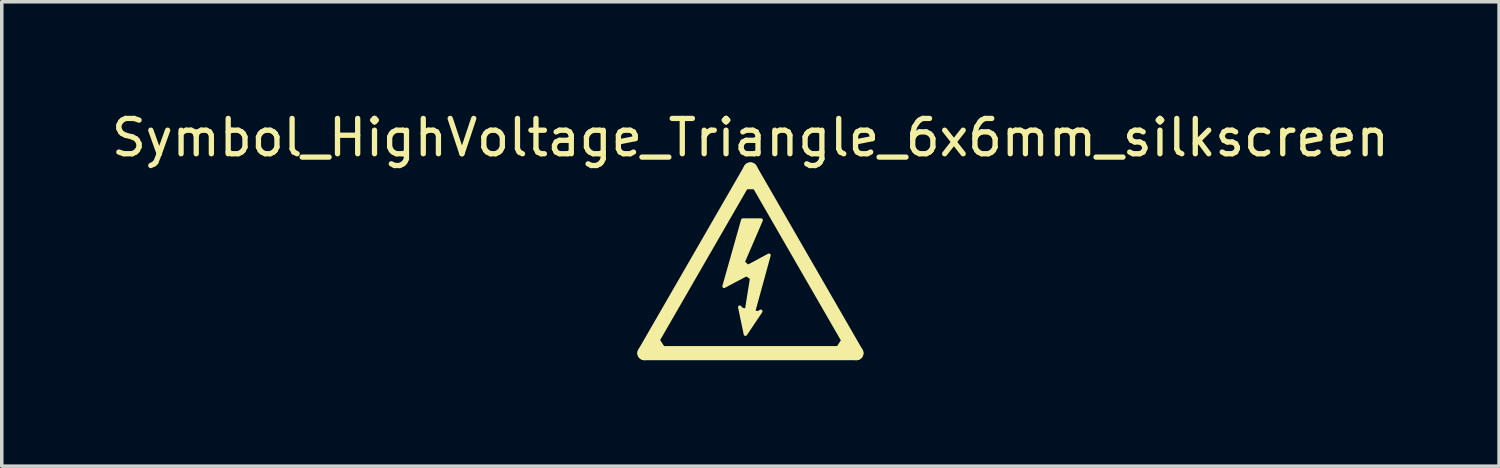
<source format=kicad_pcb>
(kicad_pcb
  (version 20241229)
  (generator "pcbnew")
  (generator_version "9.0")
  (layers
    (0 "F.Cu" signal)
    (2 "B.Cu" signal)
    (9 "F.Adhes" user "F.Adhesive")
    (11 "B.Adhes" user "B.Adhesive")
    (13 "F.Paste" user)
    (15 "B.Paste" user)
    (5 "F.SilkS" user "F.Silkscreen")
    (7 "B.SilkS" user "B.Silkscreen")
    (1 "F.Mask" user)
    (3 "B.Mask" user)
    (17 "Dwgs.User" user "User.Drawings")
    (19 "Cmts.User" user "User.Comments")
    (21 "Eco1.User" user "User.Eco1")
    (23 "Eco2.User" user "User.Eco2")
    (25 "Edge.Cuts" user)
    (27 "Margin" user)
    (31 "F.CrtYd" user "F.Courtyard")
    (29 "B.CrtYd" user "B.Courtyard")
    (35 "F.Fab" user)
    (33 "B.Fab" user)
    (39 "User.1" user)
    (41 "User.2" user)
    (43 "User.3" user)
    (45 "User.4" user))
  (footprint "Symbol_HighVoltage_Triangle_6x6mm_silkscreen"
    (layer "F.Cu")
    (at 18.196 4.348)
    (property "Reference" "Symbol_HighVoltage_Triangle_6x6mm_silkscreen" (at 0 -3.5 0) (layer "F.SilkS") (effects (font (size 1 1) (thickness 0.15))))
    (attr exclude_from_pos_files exclude_from_bom allow_missing_courtyard)
    (fp_line (start -3 2.6) (end 0 -2.6) (stroke (width 0.4) (type solid)) (layer "F.SilkS"))
    (fp_line (start -2.457 2.565) (end -2.723 2.155) (stroke (width 0.2) (type solid)) (layer "F.SilkS"))
    (fp_line (start -0.28 0.03) (end -0.08 0.21) (stroke (width 0.2) (type solid)) (layer "F.SilkS"))
    (fp_line (start -0.26 1.36) (end 0.21 1.46) (stroke (width 0.102) (type solid)) (layer "F.SilkS"))
    (fp_line (start -0.135 0.295) (end 0.115 0.465) (stroke (width 0.2) (type solid)) (layer "F.SilkS"))
    (fp_line (start -0.125 -2.14) (end 0.125 -2.14) (stroke (width 0.2) (type solid)) (layer "F.SilkS"))
    (fp_line (start 0 -2.6) (end 3 2.6) (stroke (width 0.4) (type solid)) (layer "F.SilkS"))
    (fp_line (start 2.467 2.565) (end 2.733 2.155) (stroke (width 0.2) (type solid)) (layer "F.SilkS"))
    (fp_line (start 3 2.6) (end -3 2.6) (stroke (width 0.4) (type solid)) (layer "F.SilkS"))
    (fp_poly (pts (xy -0.321 0.284) (xy 0.525 -0.171) (xy 0.049 1.565) (xy 0.293 1.416) (xy -0.141 2.062) (xy -0.3 1.3) (xy -0.131 1.533) (xy 0.07 0.273) (xy -0.745 0.707) (xy -0.215 -1.166) (xy 0.303 -1.166)) (stroke (width 0.1) (type solid)) (fill yes) (layer "F.SilkS")))
  (gr_rect
    (start -3 -3)
    (end 39.393 10.148)
    (stroke (width 0.1) (type default))
    (fill no)
    (layer "Edge.Cuts")))
</source>
